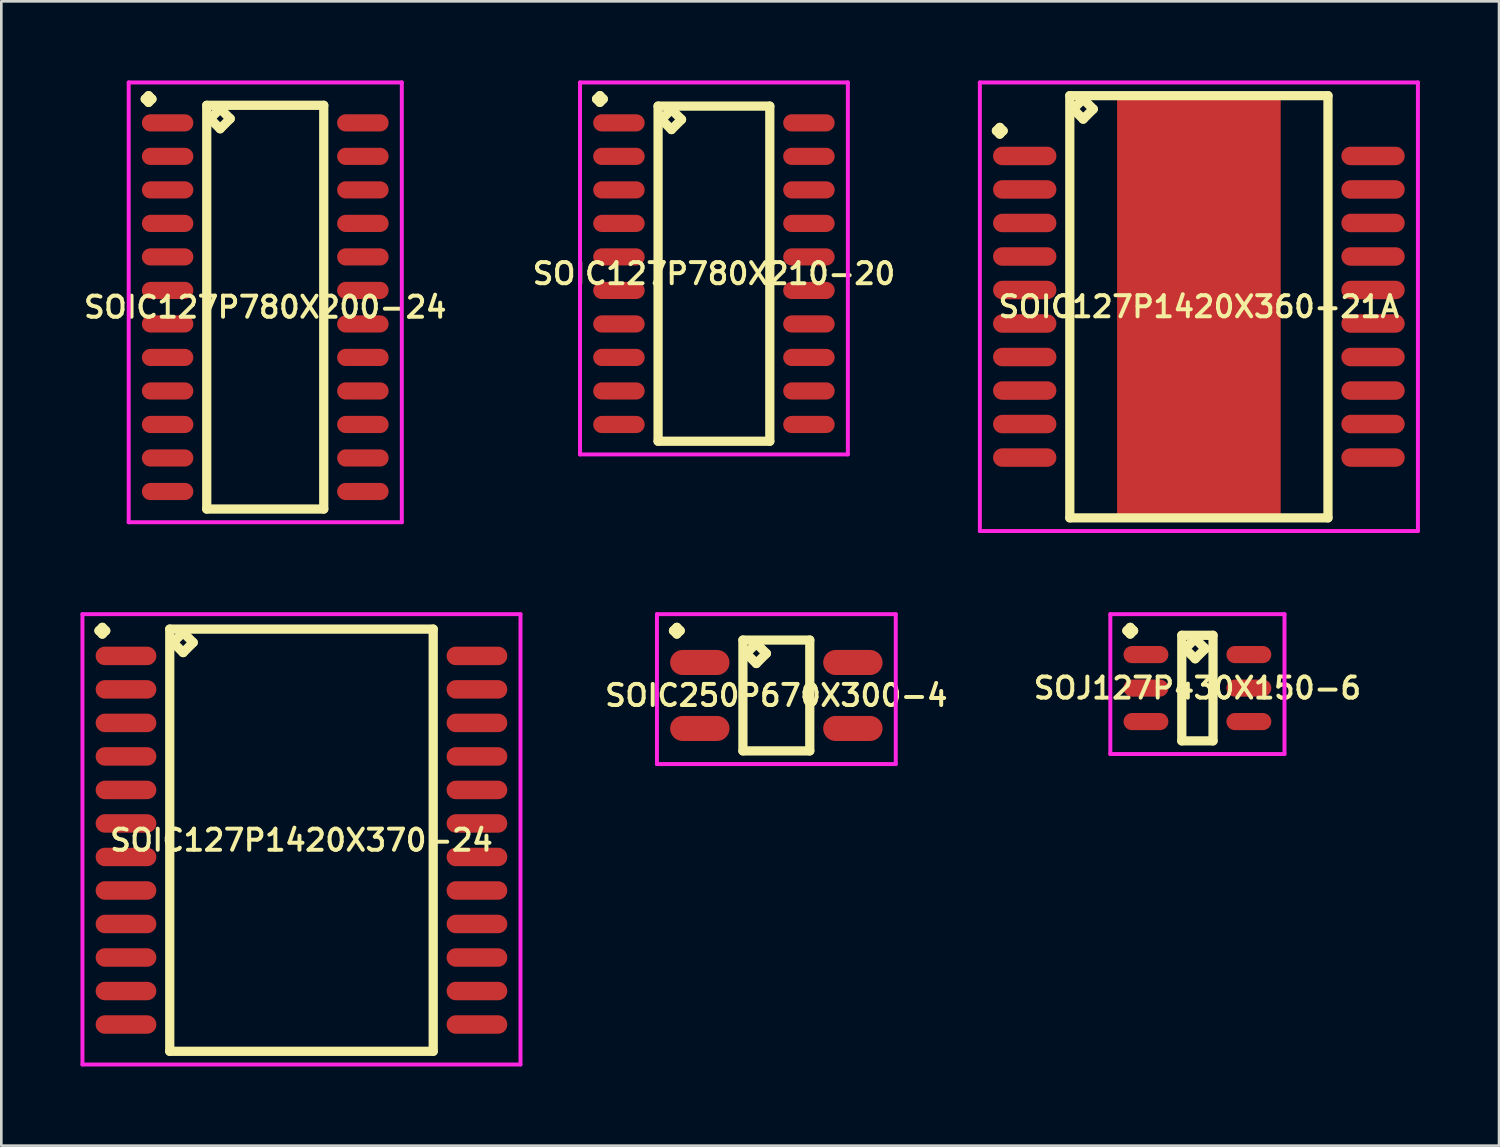
<source format=kicad_pcb>
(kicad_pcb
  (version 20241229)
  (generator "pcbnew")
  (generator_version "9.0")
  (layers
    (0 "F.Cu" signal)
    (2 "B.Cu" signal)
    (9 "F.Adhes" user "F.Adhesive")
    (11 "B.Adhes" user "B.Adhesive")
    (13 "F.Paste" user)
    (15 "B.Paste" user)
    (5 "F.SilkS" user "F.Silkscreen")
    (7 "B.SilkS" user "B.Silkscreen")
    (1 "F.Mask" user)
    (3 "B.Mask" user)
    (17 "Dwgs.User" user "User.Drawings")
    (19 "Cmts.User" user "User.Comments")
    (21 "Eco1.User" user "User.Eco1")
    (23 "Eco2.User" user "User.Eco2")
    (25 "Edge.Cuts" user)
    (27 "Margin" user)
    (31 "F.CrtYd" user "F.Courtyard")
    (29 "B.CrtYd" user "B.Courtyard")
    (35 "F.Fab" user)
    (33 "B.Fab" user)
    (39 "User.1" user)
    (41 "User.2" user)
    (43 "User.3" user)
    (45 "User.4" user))
  (footprint "SOIC127P1420X360-21A"
    (layer "F.Cu")
    (at 42.384 8.575)
    (property "Reference" "SOIC127P1420X360-21A" (at 0 0 0) (layer "F.SilkS") (effects (font (size 0.8 0.8) (thickness 0.15))))
    (attr smd)
    (fp_line (start -7.673 -6.669) (end -7.546 -6.796) (stroke (width 0.35) (type solid)) (layer "F.SilkS"))
    (fp_line (start -7.546 -6.796) (end -7.419 -6.669) (stroke (width 0.35) (type solid)) (layer "F.SilkS"))
    (fp_line (start -7.546 -6.542) (end -7.673 -6.669) (stroke (width 0.35) (type solid)) (layer "F.SilkS"))
    (fp_line (start -7.419 -6.669) (end -7.546 -6.542) (stroke (width 0.35) (type solid)) (layer "F.SilkS"))
    (fp_line (start -4.892 -8) (end -4.892 8) (stroke (width 0.35) (type solid)) (layer "F.SilkS"))
    (fp_line (start -4.892 8) (end 4.892 8) (stroke (width 0.35) (type solid)) (layer "F.SilkS"))
    (fp_line (start -4.765 -7.492) (end -4.384 -7.873) (stroke (width 0.35) (type solid)) (layer "F.SilkS"))
    (fp_line (start -4.384 -7.873) (end -4.003 -7.492) (stroke (width 0.35) (type solid)) (layer "F.SilkS"))
    (fp_line (start -4.384 -7.111) (end -4.765 -7.492) (stroke (width 0.35) (type solid)) (layer "F.SilkS"))
    (fp_line (start -4.003 -7.492) (end -4.384 -7.111) (stroke (width 0.35) (type solid)) (layer "F.SilkS"))
    (fp_line (start 4.892 -8) (end -4.892 -8) (stroke (width 0.35) (type solid)) (layer "F.SilkS"))
    (fp_line (start 4.892 8) (end 4.892 -8) (stroke (width 0.35) (type solid)) (layer "F.SilkS"))
    (fp_line (start -8.3 -8.5) (end 8.3 -8.5) (stroke (width 0.15) (type solid)) (layer "F.CrtYd"))
    (fp_line (start -8.3 8.5) (end -8.3 -8.5) (stroke (width 0.15) (type solid)) (layer "F.CrtYd"))
    (fp_line (start 8.3 -8.5) (end 8.3 8.5) (stroke (width 0.15) (type solid)) (layer "F.CrtYd"))
    (fp_line (start 8.3 8.5) (end -8.3 8.5) (stroke (width 0.15) (type solid)) (layer "F.CrtYd"))
    (pad "1" smd oval (at -6.6 -5.715) (size 2.4 0.7) (layers "F.Cu" "F.Mask" "F.Paste"))
    (pad "2" smd oval (at -6.6 -4.445) (size 2.4 0.7) (layers "F.Cu" "F.Mask" "F.Paste"))
    (pad "3" smd oval (at -6.6 -3.175) (size 2.4 0.7) (layers "F.Cu" "F.Mask" "F.Paste"))
    (pad "4" smd oval (at -6.6 -1.905) (size 2.4 0.7) (layers "F.Cu" "F.Mask" "F.Paste"))
    (pad "5" smd oval (at -6.6 -0.635) (size 2.4 0.7) (layers "F.Cu" "F.Mask" "F.Paste"))
    (pad "6" smd oval (at -6.6 0.635) (size 2.4 0.7) (layers "F.Cu" "F.Mask" "F.Paste"))
    (pad "7" smd oval (at -6.6 1.905) (size 2.4 0.7) (layers "F.Cu" "F.Mask" "F.Paste"))
    (pad "8" smd oval (at -6.6 3.175) (size 2.4 0.7) (layers "F.Cu" "F.Mask" "F.Paste"))
    (pad "9" smd oval (at -6.6 4.445) (size 2.4 0.7) (layers "F.Cu" "F.Mask" "F.Paste"))
    (pad "10" smd oval (at -6.6 5.715) (size 2.4 0.7) (layers "F.Cu" "F.Mask" "F.Paste"))
    (pad "11" smd oval (at 6.6 5.715) (size 2.4 0.7) (layers "F.Cu" "F.Mask" "F.Paste"))
    (pad "12" smd oval (at 6.6 4.445) (size 2.4 0.7) (layers "F.Cu" "F.Mask" "F.Paste"))
    (pad "13" smd oval (at 6.6 3.175) (size 2.4 0.7) (layers "F.Cu" "F.Mask" "F.Paste"))
    (pad "14" smd oval (at 6.6 1.905) (size 2.4 0.7) (layers "F.Cu" "F.Mask" "F.Paste"))
    (pad "15" smd oval (at 6.6 0.635) (size 2.4 0.7) (layers "F.Cu" "F.Mask" "F.Paste"))
    (pad "16" smd oval (at 6.6 -0.635) (size 2.4 0.7) (layers "F.Cu" "F.Mask" "F.Paste"))
    (pad "17" smd oval (at 6.6 -1.905) (size 2.4 0.7) (layers "F.Cu" "F.Mask" "F.Paste"))
    (pad "18" smd oval (at 6.6 -3.175) (size 2.4 0.7) (layers "F.Cu" "F.Mask" "F.Paste"))
    (pad "19" smd oval (at 6.6 -4.445) (size 2.4 0.7) (layers "F.Cu" "F.Mask" "F.Paste"))
    (pad "20" smd oval (at 6.6 -5.715) (size 2.4 0.7) (layers "F.Cu" "F.Mask" "F.Paste"))
    (pad "21" smd rect (at 0 0) (size 6.2 16) (layers "F.Cu" "F.Mask" "F.Paste")))
  (footprint "SOIC127P780X200-24"
    (layer "F.Cu")
    (at 7.002 8.591)
    (property "Reference" "SOIC127P780X200-24" (at 0 0 0) (layer "F.SilkS") (effects (font (size 0.8 0.8) (thickness 0.15))))
    (attr through_hole)
    (fp_line (start -4.548 -7.889) (end -4.421 -8.016) (stroke (width 0.35) (type solid)) (layer "F.SilkS"))
    (fp_line (start -4.421 -8.016) (end -4.294 -7.889) (stroke (width 0.35) (type solid)) (layer "F.SilkS"))
    (fp_line (start -4.421 -7.762) (end -4.548 -7.889) (stroke (width 0.35) (type solid)) (layer "F.SilkS"))
    (fp_line (start -4.294 -7.889) (end -4.421 -7.762) (stroke (width 0.35) (type solid)) (layer "F.SilkS"))
    (fp_line (start -2.217 -7.65) (end -2.217 7.65) (stroke (width 0.35) (type solid)) (layer "F.SilkS"))
    (fp_line (start -2.217 7.65) (end 2.217 7.65) (stroke (width 0.35) (type solid)) (layer "F.SilkS"))
    (fp_line (start -2.09 -7.142) (end -1.709 -7.523) (stroke (width 0.35) (type solid)) (layer "F.SilkS"))
    (fp_line (start -1.709 -7.523) (end -1.328 -7.142) (stroke (width 0.35) (type solid)) (layer "F.SilkS"))
    (fp_line (start -1.709 -6.761) (end -2.09 -7.142) (stroke (width 0.35) (type solid)) (layer "F.SilkS"))
    (fp_line (start -1.328 -7.142) (end -1.709 -6.761) (stroke (width 0.35) (type solid)) (layer "F.SilkS"))
    (fp_line (start 2.217 -7.65) (end -2.217 -7.65) (stroke (width 0.35) (type solid)) (layer "F.SilkS"))
    (fp_line (start 2.217 7.65) (end 2.217 -7.65) (stroke (width 0.35) (type solid)) (layer "F.SilkS"))
    (fp_line (start -5.175 -8.516) (end 5.175 -8.516) (stroke (width 0.15) (type solid)) (layer "F.CrtYd"))
    (fp_line (start -5.175 8.15) (end -5.175 -8.516) (stroke (width 0.15) (type solid)) (layer "F.CrtYd"))
    (fp_line (start 5.175 -8.516) (end 5.175 8.15) (stroke (width 0.15) (type solid)) (layer "F.CrtYd"))
    (fp_line (start 5.175 8.15) (end -5.175 8.15) (stroke (width 0.15) (type solid)) (layer "F.CrtYd"))
    (pad "1" smd oval (at -3.7 -6.985) (size 1.95 0.65) (layers "F.Cu" "F.Mask" "F.Paste"))
    (pad "2" smd oval (at -3.7 -5.715) (size 1.95 0.65) (layers "F.Cu" "F.Mask" "F.Paste"))
    (pad "3" smd oval (at -3.7 -4.445) (size 1.95 0.65) (layers "F.Cu" "F.Mask" "F.Paste"))
    (pad "4" smd oval (at -3.7 -3.175) (size 1.95 0.65) (layers "F.Cu" "F.Mask" "F.Paste"))
    (pad "5" smd oval (at -3.7 -1.905) (size 1.95 0.65) (layers "F.Cu" "F.Mask" "F.Paste"))
    (pad "6" smd oval (at -3.7 -0.635) (size 1.95 0.65) (layers "F.Cu" "F.Mask" "F.Paste"))
    (pad "7" smd oval (at -3.7 0.635) (size 1.95 0.65) (layers "F.Cu" "F.Mask" "F.Paste"))
    (pad "8" smd oval (at -3.7 1.905) (size 1.95 0.65) (layers "F.Cu" "F.Mask" "F.Paste"))
    (pad "9" smd oval (at -3.7 3.175) (size 1.95 0.65) (layers "F.Cu" "F.Mask" "F.Paste"))
    (pad "10" smd oval (at -3.7 4.445) (size 1.95 0.65) (layers "F.Cu" "F.Mask" "F.Paste"))
    (pad "11" smd oval (at -3.7 5.715) (size 1.95 0.65) (layers "F.Cu" "F.Mask" "F.Paste"))
    (pad "12" smd oval (at -3.7 6.985) (size 1.95 0.65) (layers "F.Cu" "F.Mask" "F.Paste"))
    (pad "13" smd oval (at 3.7 6.985) (size 1.95 0.65) (layers "F.Cu" "F.Mask" "F.Paste"))
    (pad "14" smd oval (at 3.7 5.715) (size 1.95 0.65) (layers "F.Cu" "F.Mask" "F.Paste"))
    (pad "15" smd oval (at 3.7 4.445) (size 1.95 0.65) (layers "F.Cu" "F.Mask" "F.Paste"))
    (pad "16" smd oval (at 3.7 3.175) (size 1.95 0.65) (layers "F.Cu" "F.Mask" "F.Paste"))
    (pad "17" smd oval (at 3.7 1.905) (size 1.95 0.65) (layers "F.Cu" "F.Mask" "F.Paste"))
    (pad "18" smd oval (at 3.7 0.635) (size 1.95 0.65) (layers "F.Cu" "F.Mask" "F.Paste"))
    (pad "19" smd oval (at 3.7 -0.635) (size 1.95 0.65) (layers "F.Cu" "F.Mask" "F.Paste"))
    (pad "20" smd oval (at 3.7 -1.905) (size 1.95 0.65) (layers "F.Cu" "F.Mask" "F.Paste"))
    (pad "21" smd oval (at 3.7 -3.175) (size 1.95 0.65) (layers "F.Cu" "F.Mask" "F.Paste"))
    (pad "22" smd oval (at 3.7 -4.445) (size 1.95 0.65) (layers "F.Cu" "F.Mask" "F.Paste"))
    (pad "23" smd oval (at 3.7 -5.715) (size 1.95 0.65) (layers "F.Cu" "F.Mask" "F.Paste"))
    (pad "24" smd oval (at 3.7 -6.985) (size 1.95 0.65) (layers "F.Cu" "F.Mask" "F.Paste")))
  (footprint "SOIC250P670X300-4"
    (layer "F.Cu")
    (at 26.371 23.306)
    (property "Reference" "SOIC250P670X300-4" (at 0 0 0) (layer "F.SilkS") (effects (font (size 0.8 0.8) (thickness 0.15))))
    (attr smd)
    (fp_line (start -3.898 -2.454) (end -3.771 -2.581) (stroke (width 0.35) (type solid)) (layer "F.SilkS"))
    (fp_line (start -3.771 -2.581) (end -3.644 -2.454) (stroke (width 0.35) (type solid)) (layer "F.SilkS"))
    (fp_line (start -3.771 -2.327) (end -3.898 -2.454) (stroke (width 0.35) (type solid)) (layer "F.SilkS"))
    (fp_line (start -3.644 -2.454) (end -3.771 -2.327) (stroke (width 0.35) (type solid)) (layer "F.SilkS"))
    (fp_line (start -1.267 -2.1) (end -1.267 2.1) (stroke (width 0.35) (type solid)) (layer "F.SilkS"))
    (fp_line (start -1.267 2.1) (end 1.267 2.1) (stroke (width 0.35) (type solid)) (layer "F.SilkS"))
    (fp_line (start -1.14 -1.592) (end -0.759 -1.973) (stroke (width 0.35) (type solid)) (layer "F.SilkS"))
    (fp_line (start -0.759 -1.973) (end -0.378 -1.592) (stroke (width 0.35) (type solid)) (layer "F.SilkS"))
    (fp_line (start -0.759 -1.211) (end -1.14 -1.592) (stroke (width 0.35) (type solid)) (layer "F.SilkS"))
    (fp_line (start -0.378 -1.592) (end -0.759 -1.211) (stroke (width 0.35) (type solid)) (layer "F.SilkS"))
    (fp_line (start 1.267 -2.1) (end -1.267 -2.1) (stroke (width 0.35) (type solid)) (layer "F.SilkS"))
    (fp_line (start 1.267 2.1) (end 1.267 -2.1) (stroke (width 0.35) (type solid)) (layer "F.SilkS"))
    (fp_line (start -4.525 -3.081) (end 4.525 -3.081) (stroke (width 0.15) (type solid)) (layer "F.CrtYd"))
    (fp_line (start -4.525 2.6) (end -4.525 -3.081) (stroke (width 0.15) (type solid)) (layer "F.CrtYd"))
    (fp_line (start 4.525 -3.081) (end 4.525 2.6) (stroke (width 0.15) (type solid)) (layer "F.CrtYd"))
    (fp_line (start 4.525 2.6) (end -4.525 2.6) (stroke (width 0.15) (type solid)) (layer "F.CrtYd"))
    (pad "1" smd oval (at -2.9 -1.25) (size 2.25 0.95) (layers "F.Cu" "F.Mask" "F.Paste"))
    (pad "2" smd oval (at -2.9 1.25) (size 2.25 0.95) (layers "F.Cu" "F.Mask" "F.Paste"))
    (pad "3" smd oval (at 2.9 1.25) (size 2.25 0.95) (layers "F.Cu" "F.Mask" "F.Paste"))
    (pad "4" smd oval (at 2.9 -1.25) (size 2.25 0.95) (layers "F.Cu" "F.Mask" "F.Paste")))
  (footprint "SOIC127P780X210-20"
    (layer "F.Cu")
    (at 24.006 7.321)
    (property "Reference" "SOIC127P780X210-20" (at 0 0 0) (layer "F.SilkS") (effects (font (size 0.8 0.8) (thickness 0.15))))
    (attr smd)
    (fp_line (start -4.448 -6.619) (end -4.321 -6.746) (stroke (width 0.35) (type solid)) (layer "F.SilkS"))
    (fp_line (start -4.321 -6.746) (end -4.194 -6.619) (stroke (width 0.35) (type solid)) (layer "F.SilkS"))
    (fp_line (start -4.321 -6.492) (end -4.448 -6.619) (stroke (width 0.35) (type solid)) (layer "F.SilkS"))
    (fp_line (start -4.194 -6.619) (end -4.321 -6.492) (stroke (width 0.35) (type solid)) (layer "F.SilkS"))
    (fp_line (start -2.117 -6.35) (end -2.117 6.35) (stroke (width 0.35) (type solid)) (layer "F.SilkS"))
    (fp_line (start -2.117 6.35) (end 2.117 6.35) (stroke (width 0.35) (type solid)) (layer "F.SilkS"))
    (fp_line (start -1.99 -5.842) (end -1.609 -6.223) (stroke (width 0.35) (type solid)) (layer "F.SilkS"))
    (fp_line (start -1.609 -6.223) (end -1.228 -5.842) (stroke (width 0.35) (type solid)) (layer "F.SilkS"))
    (fp_line (start -1.609 -5.461) (end -1.99 -5.842) (stroke (width 0.35) (type solid)) (layer "F.SilkS"))
    (fp_line (start -1.228 -5.842) (end -1.609 -5.461) (stroke (width 0.35) (type solid)) (layer "F.SilkS"))
    (fp_line (start 2.117 -6.35) (end -2.117 -6.35) (stroke (width 0.35) (type solid)) (layer "F.SilkS"))
    (fp_line (start 2.117 6.35) (end 2.117 -6.35) (stroke (width 0.35) (type solid)) (layer "F.SilkS"))
    (fp_line (start -5.075 -7.246) (end 5.075 -7.246) (stroke (width 0.15) (type solid)) (layer "F.CrtYd"))
    (fp_line (start -5.075 6.85) (end -5.075 -7.246) (stroke (width 0.15) (type solid)) (layer "F.CrtYd"))
    (fp_line (start 5.075 -7.246) (end 5.075 6.85) (stroke (width 0.15) (type solid)) (layer "F.CrtYd"))
    (fp_line (start 5.075 6.85) (end -5.075 6.85) (stroke (width 0.15) (type solid)) (layer "F.CrtYd"))
    (pad "1" smd oval (at -3.6 -5.715) (size 1.95 0.65) (layers "F.Cu" "F.Mask" "F.Paste"))
    (pad "2" smd oval (at -3.6 -4.445) (size 1.95 0.65) (layers "F.Cu" "F.Mask" "F.Paste"))
    (pad "3" smd oval (at -3.6 -3.175) (size 1.95 0.65) (layers "F.Cu" "F.Mask" "F.Paste"))
    (pad "4" smd oval (at -3.6 -1.905) (size 1.95 0.65) (layers "F.Cu" "F.Mask" "F.Paste"))
    (pad "5" smd oval (at -3.6 -0.635) (size 1.95 0.65) (layers "F.Cu" "F.Mask" "F.Paste"))
    (pad "6" smd oval (at -3.6 0.635) (size 1.95 0.65) (layers "F.Cu" "F.Mask" "F.Paste"))
    (pad "7" smd oval (at -3.6 1.905) (size 1.95 0.65) (layers "F.Cu" "F.Mask" "F.Paste"))
    (pad "8" smd oval (at -3.6 3.175) (size 1.95 0.65) (layers "F.Cu" "F.Mask" "F.Paste"))
    (pad "9" smd oval (at -3.6 4.445) (size 1.95 0.65) (layers "F.Cu" "F.Mask" "F.Paste"))
    (pad "10" smd oval (at -3.6 5.715) (size 1.95 0.65) (layers "F.Cu" "F.Mask" "F.Paste"))
    (pad "11" smd oval (at 3.6 5.715) (size 1.95 0.65) (layers "F.Cu" "F.Mask" "F.Paste"))
    (pad "12" smd oval (at 3.6 4.445) (size 1.95 0.65) (layers "F.Cu" "F.Mask" "F.Paste"))
    (pad "13" smd oval (at 3.6 3.175) (size 1.95 0.65) (layers "F.Cu" "F.Mask" "F.Paste"))
    (pad "14" smd oval (at 3.6 1.905) (size 1.95 0.65) (layers "F.Cu" "F.Mask" "F.Paste"))
    (pad "15" smd oval (at 3.6 0.635) (size 1.95 0.65) (layers "F.Cu" "F.Mask" "F.Paste"))
    (pad "16" smd oval (at 3.6 -0.635) (size 1.95 0.65) (layers "F.Cu" "F.Mask" "F.Paste"))
    (pad "17" smd oval (at 3.6 -1.905) (size 1.95 0.65) (layers "F.Cu" "F.Mask" "F.Paste"))
    (pad "18" smd oval (at 3.6 -3.175) (size 1.95 0.65) (layers "F.Cu" "F.Mask" "F.Paste"))
    (pad "19" smd oval (at 3.6 -4.445) (size 1.95 0.65) (layers "F.Cu" "F.Mask" "F.Paste"))
    (pad "20" smd oval (at 3.6 -5.715) (size 1.95 0.65) (layers "F.Cu" "F.Mask" "F.Paste")))
  (footprint "SOIC127P1420X370-24"
    (layer "F.Cu")
    (at 8.375 28.791)
    (property "Reference" "SOIC127P1420X370-24" (at 0 0 0) (layer "F.SilkS") (effects (font (size 0.8 0.8) (thickness 0.15))))
    (attr smd)
    (fp_line (start -7.673 -7.939) (end -7.546 -8.066) (stroke (width 0.35) (type solid)) (layer "F.SilkS"))
    (fp_line (start -7.546 -8.066) (end -7.419 -7.939) (stroke (width 0.35) (type solid)) (layer "F.SilkS"))
    (fp_line (start -7.546 -7.812) (end -7.673 -7.939) (stroke (width 0.35) (type solid)) (layer "F.SilkS"))
    (fp_line (start -7.419 -7.939) (end -7.546 -7.812) (stroke (width 0.35) (type solid)) (layer "F.SilkS"))
    (fp_line (start -4.992 -8) (end -4.992 8) (stroke (width 0.35) (type solid)) (layer "F.SilkS"))
    (fp_line (start -4.992 8) (end 4.992 8) (stroke (width 0.35) (type solid)) (layer "F.SilkS"))
    (fp_line (start -4.865 -7.492) (end -4.484 -7.873) (stroke (width 0.35) (type solid)) (layer "F.SilkS"))
    (fp_line (start -4.484 -7.873) (end -4.103 -7.492) (stroke (width 0.35) (type solid)) (layer "F.SilkS"))
    (fp_line (start -4.484 -7.111) (end -4.865 -7.492) (stroke (width 0.35) (type solid)) (layer "F.SilkS"))
    (fp_line (start -4.103 -7.492) (end -4.484 -7.111) (stroke (width 0.35) (type solid)) (layer "F.SilkS"))
    (fp_line (start 4.992 -8) (end -4.992 -8) (stroke (width 0.35) (type solid)) (layer "F.SilkS"))
    (fp_line (start 4.992 8) (end 4.992 -8) (stroke (width 0.35) (type solid)) (layer "F.SilkS"))
    (fp_line (start -8.3 -8.566) (end 8.3 -8.566) (stroke (width 0.15) (type solid)) (layer "F.CrtYd"))
    (fp_line (start -8.3 8.5) (end -8.3 -8.566) (stroke (width 0.15) (type solid)) (layer "F.CrtYd"))
    (fp_line (start 8.3 -8.566) (end 8.3 8.5) (stroke (width 0.15) (type solid)) (layer "F.CrtYd"))
    (fp_line (start 8.3 8.5) (end -8.3 8.5) (stroke (width 0.15) (type solid)) (layer "F.CrtYd"))
    (pad "1" smd oval (at -6.65 -6.985) (size 2.3 0.7) (layers "F.Cu" "F.Mask" "F.Paste"))
    (pad "2" smd oval (at -6.65 -5.715) (size 2.3 0.7) (layers "F.Cu" "F.Mask" "F.Paste"))
    (pad "3" smd oval (at -6.65 -4.445) (size 2.3 0.7) (layers "F.Cu" "F.Mask" "F.Paste"))
    (pad "4" smd oval (at -6.65 -3.175) (size 2.3 0.7) (layers "F.Cu" "F.Mask" "F.Paste"))
    (pad "5" smd oval (at -6.65 -1.905) (size 2.3 0.7) (layers "F.Cu" "F.Mask" "F.Paste"))
    (pad "6" smd oval (at -6.65 -0.635) (size 2.3 0.7) (layers "F.Cu" "F.Mask" "F.Paste"))
    (pad "7" smd oval (at -6.65 0.635) (size 2.3 0.7) (layers "F.Cu" "F.Mask" "F.Paste"))
    (pad "8" smd oval (at -6.65 1.905) (size 2.3 0.7) (layers "F.Cu" "F.Mask" "F.Paste"))
    (pad "9" smd oval (at -6.65 3.175) (size 2.3 0.7) (layers "F.Cu" "F.Mask" "F.Paste"))
    (pad "10" smd oval (at -6.65 4.445) (size 2.3 0.7) (layers "F.Cu" "F.Mask" "F.Paste"))
    (pad "11" smd oval (at -6.65 5.715) (size 2.3 0.7) (layers "F.Cu" "F.Mask" "F.Paste"))
    (pad "12" smd oval (at -6.65 6.985) (size 2.3 0.7) (layers "F.Cu" "F.Mask" "F.Paste"))
    (pad "13" smd oval (at 6.65 6.985) (size 2.3 0.7) (layers "F.Cu" "F.Mask" "F.Paste"))
    (pad "14" smd oval (at 6.65 5.715) (size 2.3 0.7) (layers "F.Cu" "F.Mask" "F.Paste"))
    (pad "15" smd oval (at 6.65 4.445) (size 2.3 0.7) (layers "F.Cu" "F.Mask" "F.Paste"))
    (pad "16" smd oval (at 6.65 3.175) (size 2.3 0.7) (layers "F.Cu" "F.Mask" "F.Paste"))
    (pad "17" smd oval (at 6.65 1.905) (size 2.3 0.7) (layers "F.Cu" "F.Mask" "F.Paste"))
    (pad "18" smd oval (at 6.65 0.635) (size 2.3 0.7) (layers "F.Cu" "F.Mask" "F.Paste"))
    (pad "19" smd oval (at 6.65 -0.635) (size 2.3 0.7) (layers "F.Cu" "F.Mask" "F.Paste"))
    (pad "20" smd oval (at 6.65 -1.905) (size 2.3 0.7) (layers "F.Cu" "F.Mask" "F.Paste"))
    (pad "21" smd oval (at 6.65 -3.175) (size 2.3 0.7) (layers "F.Cu" "F.Mask" "F.Paste"))
    (pad "22" smd oval (at 6.65 -4.445) (size 2.3 0.7) (layers "F.Cu" "F.Mask" "F.Paste"))
    (pad "23" smd oval (at 6.65 -5.715) (size 2.3 0.7) (layers "F.Cu" "F.Mask" "F.Paste"))
    (pad "24" smd oval (at 6.65 -6.985) (size 2.3 0.7) (layers "F.Cu" "F.Mask" "F.Paste")))
  (footprint "SOJ127P430X150-6"
    (layer "F.Cu")
    (at 42.328 23.026)
    (property "Reference" "SOJ127P430X150-6" (at 0 0 0) (layer "F.SilkS") (effects (font (size 0.8 0.8) (thickness 0.15))))
    (attr smd)
    (fp_line (start -2.673 -2.174) (end -2.546 -2.301) (stroke (width 0.35) (type solid)) (layer "F.SilkS"))
    (fp_line (start -2.546 -2.301) (end -2.419 -2.174) (stroke (width 0.35) (type solid)) (layer "F.SilkS"))
    (fp_line (start -2.546 -2.047) (end -2.673 -2.174) (stroke (width 0.35) (type solid)) (layer "F.SilkS"))
    (fp_line (start -2.419 -2.174) (end -2.546 -2.047) (stroke (width 0.35) (type solid)) (layer "F.SilkS"))
    (fp_line (start -0.592 -2) (end -0.592 2) (stroke (width 0.35) (type solid)) (layer "F.SilkS"))
    (fp_line (start -0.592 2) (end 0.592 2) (stroke (width 0.35) (type solid)) (layer "F.SilkS"))
    (fp_line (start -0.465 -1.492) (end -0.084 -1.873) (stroke (width 0.35) (type solid)) (layer "F.SilkS"))
    (fp_line (start -0.084 -1.873) (end 0.297 -1.492) (stroke (width 0.35) (type solid)) (layer "F.SilkS"))
    (fp_line (start -0.084 -1.111) (end -0.465 -1.492) (stroke (width 0.35) (type solid)) (layer "F.SilkS"))
    (fp_line (start 0.297 -1.492) (end -0.084 -1.111) (stroke (width 0.35) (type solid)) (layer "F.SilkS"))
    (fp_line (start 0.592 -2) (end -0.592 -2) (stroke (width 0.35) (type solid)) (layer "F.SilkS"))
    (fp_line (start 0.592 2) (end 0.592 -2) (stroke (width 0.35) (type solid)) (layer "F.SilkS"))
    (fp_line (start -3.3 -2.801) (end 3.3 -2.801) (stroke (width 0.15) (type solid)) (layer "F.CrtYd"))
    (fp_line (start -3.3 2.5) (end -3.3 -2.801) (stroke (width 0.15) (type solid)) (layer "F.CrtYd"))
    (fp_line (start 3.3 -2.801) (end 3.3 2.5) (stroke (width 0.15) (type solid)) (layer "F.CrtYd"))
    (fp_line (start 3.3 2.5) (end -3.3 2.5) (stroke (width 0.15) (type solid)) (layer "F.CrtYd"))
    (pad "1" smd oval (at -1.95 -1.27) (size 1.7 0.65) (layers "F.Cu" "F.Mask" "F.Paste"))
    (pad "2" smd oval (at -1.95 0) (size 1.7 0.65) (layers "F.Cu" "F.Mask" "F.Paste"))
    (pad "3" smd oval (at -1.95 1.27) (size 1.7 0.65) (layers "F.Cu" "F.Mask" "F.Paste"))
    (pad "4" smd oval (at 1.95 1.27) (size 1.7 0.65) (layers "F.Cu" "F.Mask" "F.Paste"))
    (pad "5" smd oval (at 1.95 0) (size 1.7 0.65) (layers "F.Cu" "F.Mask" "F.Paste"))
    (pad "6" smd oval (at 1.95 -1.27) (size 1.7 0.65) (layers "F.Cu" "F.Mask" "F.Paste")))
  (gr_rect
    (start -3 -3)
    (end 53.759 40.366)
    (stroke (width 0.1) (type default))
    (fill no)
    (layer "Edge.Cuts")))
</source>
